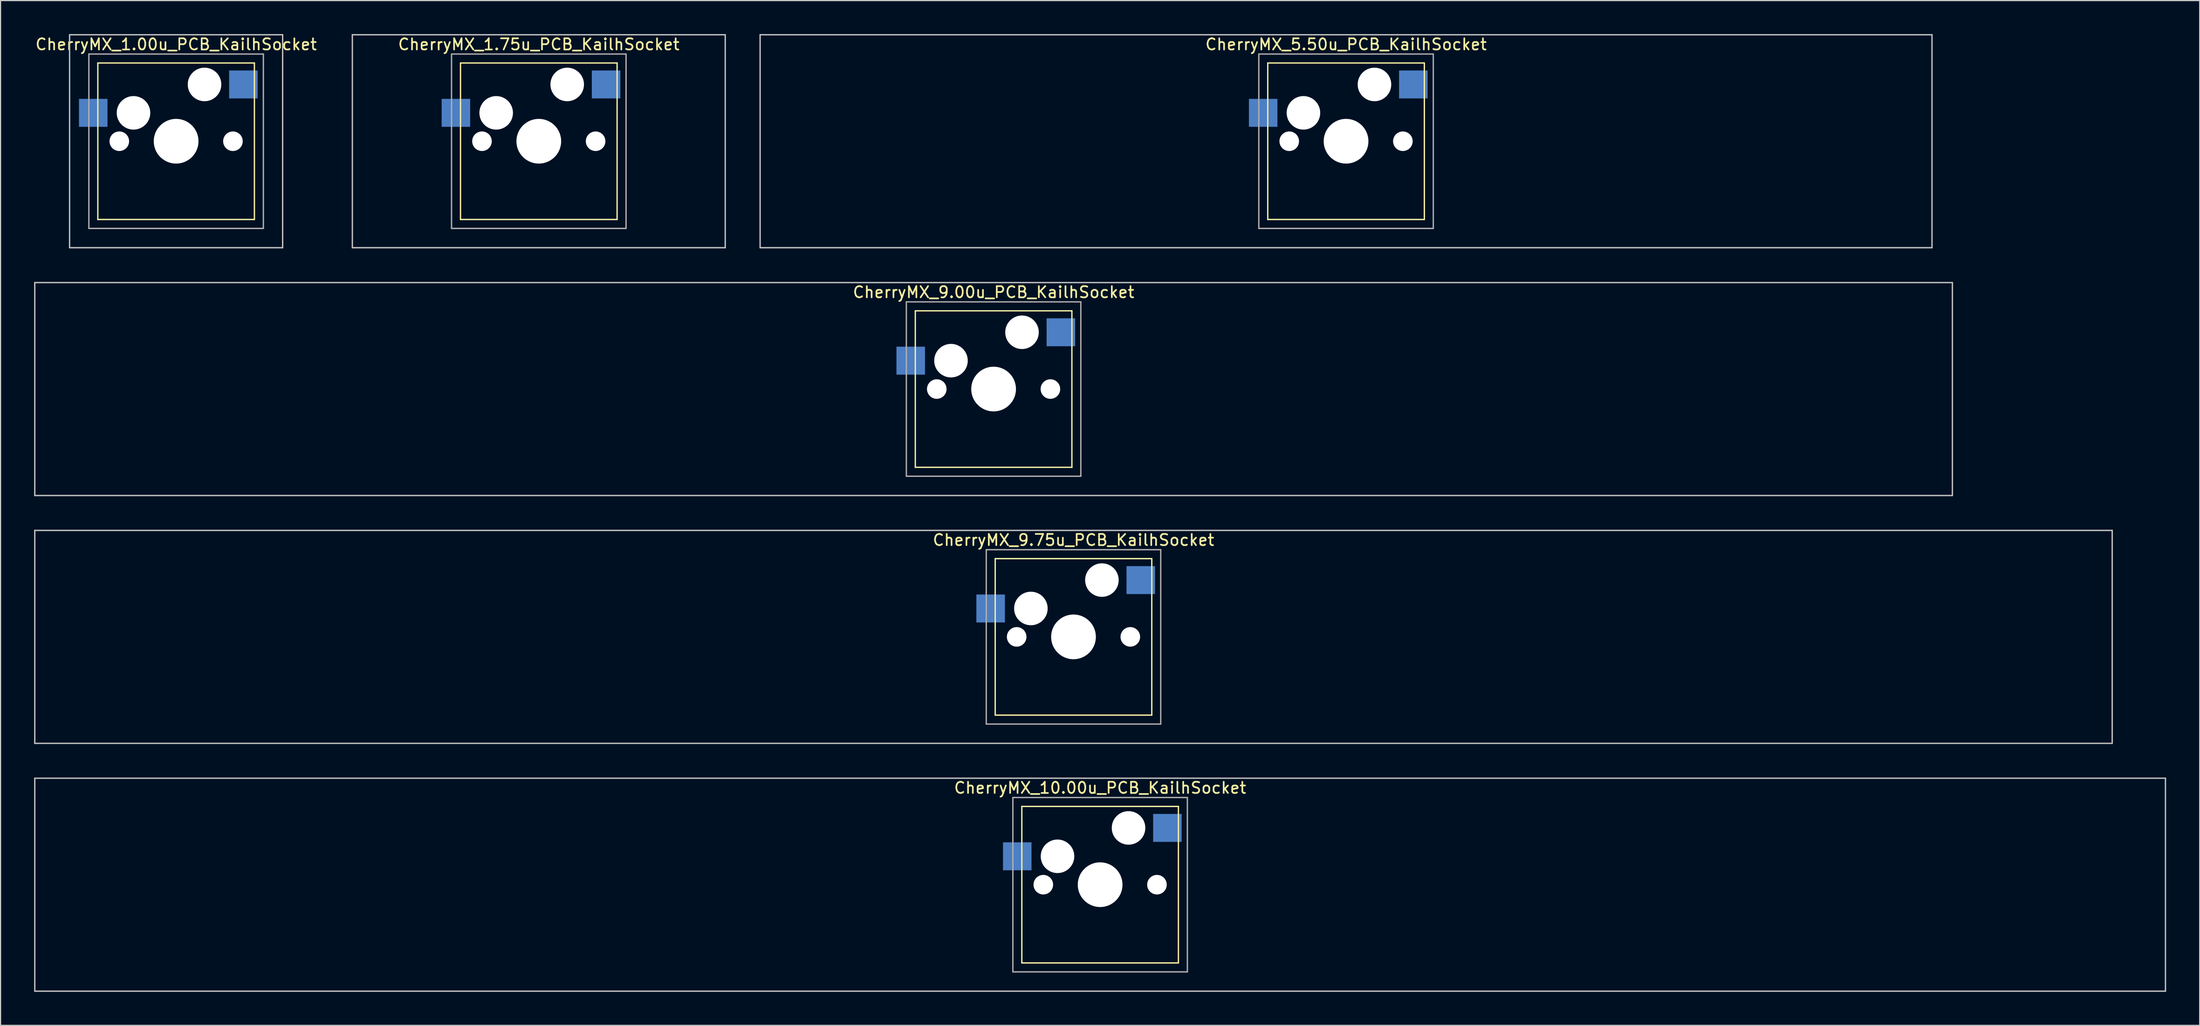
<source format=kicad_pcb>
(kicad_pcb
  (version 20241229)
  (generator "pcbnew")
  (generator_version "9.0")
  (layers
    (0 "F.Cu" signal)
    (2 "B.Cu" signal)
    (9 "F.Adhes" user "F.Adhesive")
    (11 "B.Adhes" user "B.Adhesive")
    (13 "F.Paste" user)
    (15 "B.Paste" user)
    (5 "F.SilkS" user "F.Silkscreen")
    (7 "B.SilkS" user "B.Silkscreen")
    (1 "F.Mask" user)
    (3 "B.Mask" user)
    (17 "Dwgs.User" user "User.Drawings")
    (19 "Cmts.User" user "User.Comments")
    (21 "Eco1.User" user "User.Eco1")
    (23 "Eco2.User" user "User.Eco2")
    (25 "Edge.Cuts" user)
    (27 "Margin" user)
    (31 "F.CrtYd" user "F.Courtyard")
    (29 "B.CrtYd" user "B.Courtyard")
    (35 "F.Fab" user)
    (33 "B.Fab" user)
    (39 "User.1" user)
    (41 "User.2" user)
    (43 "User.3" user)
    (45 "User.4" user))
  (footprint "CherryMX_10.00u_PCB_KailhSocket"
    (layer "F.Cu")
    (at 95.31 76.095)
    (property "Reference" "CherryMX_10.00u_PCB_KailhSocket" (at 0 -8.662 0) (layer "F.SilkS") (effects (font (size 1 1) (thickness 0.15))))
    (attr through_hole)
    (fp_line (start -7 -7) (end -7 7) (stroke (width 0.12) (type solid)) (layer "F.SilkS"))
    (fp_line (start -7 -7) (end 7 -7) (stroke (width 0.12) (type solid)) (layer "F.SilkS"))
    (fp_line (start 7 -7) (end 7 7) (stroke (width 0.12) (type solid)) (layer "F.SilkS"))
    (fp_line (start 7 7) (end -7 7) (stroke (width 0.12) (type solid)) (layer "F.SilkS"))
    (fp_line (start -95.25 -9.525) (end 95.25 -9.525) (stroke (width 0.12) (type solid)) (layer "Dwgs.User"))
    (fp_line (start -95.25 9.525) (end -95.25 -9.525) (stroke (width 0.12) (type solid)) (layer "Dwgs.User"))
    (fp_line (start 95.25 -9.525) (end 95.25 9.525) (stroke (width 0.12) (type solid)) (layer "Dwgs.User"))
    (fp_line (start 95.25 9.525) (end -95.25 9.525) (stroke (width 0.12) (type solid)) (layer "Dwgs.User"))
    (fp_line (start -7.8 -7.8) (end -7.8 7.8) (stroke (width 0.12) (type solid)) (layer "F.Fab"))
    (fp_line (start -7.8 -7.8) (end 7.8 -7.8) (stroke (width 0.12) (type solid)) (layer "F.Fab"))
    (fp_line (start -7.8 7.8) (end 7.8 7.8) (stroke (width 0.12) (type solid)) (layer "F.Fab"))
    (fp_line (start 7.8 -7.8) (end 7.8 7.8) (stroke (width 0.12) (type solid)) (layer "F.Fab"))
    (pad "" np_thru_hole circle (at -5.08 0) (size 1.75 1.75) (drill 1.75) (layers "*.Cu" "*.Mask"))
    (pad "" np_thru_hole circle (at -3.81 -2.54) (size 3 3) (drill 3) (layers "*.Cu" "*.Mask"))
    (pad "" np_thru_hole circle (at 0 0) (size 4 4) (drill 4) (layers "*.Cu" "*.Mask"))
    (pad "" np_thru_hole circle (at 2.54 -5.08) (size 3 3) (drill 3) (layers "*.Cu" "*.Mask"))
    (pad "" np_thru_hole circle (at 5.08 0) (size 1.75 1.75) (drill 1.75) (layers "*.Cu" "*.Mask"))
    (pad "1" smd rect (at -7.41 -2.54) (size 2.55 2.5) (layers "B.Cu" "B.Mask" "B.Paste"))
    (pad "2" smd rect (at 6.015 -5.08) (size 2.55 2.5) (layers "B.Cu" "B.Mask" "B.Paste")))
  (footprint "CherryMX_5.50u_PCB_KailhSocket"
    (layer "F.Cu")
    (at 117.298 9.585)
    (property "Reference" "CherryMX_5.50u_PCB_KailhSocket" (at 0 -8.662 0) (layer "F.SilkS") (effects (font (size 1 1) (thickness 0.15))))
    (attr through_hole)
    (fp_line (start -7 -7) (end -7 7) (stroke (width 0.12) (type solid)) (layer "F.SilkS"))
    (fp_line (start -7 -7) (end 7 -7) (stroke (width 0.12) (type solid)) (layer "F.SilkS"))
    (fp_line (start 7 -7) (end 7 7) (stroke (width 0.12) (type solid)) (layer "F.SilkS"))
    (fp_line (start 7 7) (end -7 7) (stroke (width 0.12) (type solid)) (layer "F.SilkS"))
    (fp_line (start -52.388 -9.525) (end 52.388 -9.525) (stroke (width 0.12) (type solid)) (layer "Dwgs.User"))
    (fp_line (start -52.388 9.525) (end -52.388 -9.525) (stroke (width 0.12) (type solid)) (layer "Dwgs.User"))
    (fp_line (start 52.388 -9.525) (end 52.388 9.525) (stroke (width 0.12) (type solid)) (layer "Dwgs.User"))
    (fp_line (start 52.388 9.525) (end -52.388 9.525) (stroke (width 0.12) (type solid)) (layer "Dwgs.User"))
    (fp_line (start -7.8 -7.8) (end -7.8 7.8) (stroke (width 0.12) (type solid)) (layer "F.Fab"))
    (fp_line (start -7.8 -7.8) (end 7.8 -7.8) (stroke (width 0.12) (type solid)) (layer "F.Fab"))
    (fp_line (start -7.8 7.8) (end 7.8 7.8) (stroke (width 0.12) (type solid)) (layer "F.Fab"))
    (fp_line (start 7.8 -7.8) (end 7.8 7.8) (stroke (width 0.12) (type solid)) (layer "F.Fab"))
    (pad "" np_thru_hole circle (at -5.08 0) (size 1.75 1.75) (drill 1.75) (layers "*.Cu" "*.Mask"))
    (pad "" np_thru_hole circle (at -3.81 -2.54) (size 3 3) (drill 3) (layers "*.Cu" "*.Mask"))
    (pad "" np_thru_hole circle (at 0 0) (size 4 4) (drill 4) (layers "*.Cu" "*.Mask"))
    (pad "" np_thru_hole circle (at 2.54 -5.08) (size 3 3) (drill 3) (layers "*.Cu" "*.Mask"))
    (pad "" np_thru_hole circle (at 5.08 0) (size 1.75 1.75) (drill 1.75) (layers "*.Cu" "*.Mask"))
    (pad "1" smd rect (at -7.41 -2.54) (size 2.55 2.5) (layers "B.Cu" "B.Mask" "B.Paste"))
    (pad "2" smd rect (at 6.015 -5.08) (size 2.55 2.5) (layers "B.Cu" "B.Mask" "B.Paste")))
  (footprint "CherryMX_9.75u_PCB_KailhSocket"
    (layer "F.Cu")
    (at 92.929 53.925)
    (property "Reference" "CherryMX_9.75u_PCB_KailhSocket" (at 0 -8.662 0) (layer "F.SilkS") (effects (font (size 1 1) (thickness 0.15))))
    (attr through_hole)
    (fp_line (start -7 -7) (end -7 7) (stroke (width 0.12) (type solid)) (layer "F.SilkS"))
    (fp_line (start -7 -7) (end 7 -7) (stroke (width 0.12) (type solid)) (layer "F.SilkS"))
    (fp_line (start 7 -7) (end 7 7) (stroke (width 0.12) (type solid)) (layer "F.SilkS"))
    (fp_line (start 7 7) (end -7 7) (stroke (width 0.12) (type solid)) (layer "F.SilkS"))
    (fp_line (start -92.869 -9.525) (end 92.869 -9.525) (stroke (width 0.12) (type solid)) (layer "Dwgs.User"))
    (fp_line (start -92.869 9.525) (end -92.869 -9.525) (stroke (width 0.12) (type solid)) (layer "Dwgs.User"))
    (fp_line (start 92.869 -9.525) (end 92.869 9.525) (stroke (width 0.12) (type solid)) (layer "Dwgs.User"))
    (fp_line (start 92.869 9.525) (end -92.869 9.525) (stroke (width 0.12) (type solid)) (layer "Dwgs.User"))
    (fp_line (start -7.8 -7.8) (end -7.8 7.8) (stroke (width 0.12) (type solid)) (layer "F.Fab"))
    (fp_line (start -7.8 -7.8) (end 7.8 -7.8) (stroke (width 0.12) (type solid)) (layer "F.Fab"))
    (fp_line (start -7.8 7.8) (end 7.8 7.8) (stroke (width 0.12) (type solid)) (layer "F.Fab"))
    (fp_line (start 7.8 -7.8) (end 7.8 7.8) (stroke (width 0.12) (type solid)) (layer "F.Fab"))
    (pad "" np_thru_hole circle (at -5.08 0) (size 1.75 1.75) (drill 1.75) (layers "*.Cu" "*.Mask"))
    (pad "" np_thru_hole circle (at -3.81 -2.54) (size 3 3) (drill 3) (layers "*.Cu" "*.Mask"))
    (pad "" np_thru_hole circle (at 0 0) (size 4 4) (drill 4) (layers "*.Cu" "*.Mask"))
    (pad "" np_thru_hole circle (at 2.54 -5.08) (size 3 3) (drill 3) (layers "*.Cu" "*.Mask"))
    (pad "" np_thru_hole circle (at 5.08 0) (size 1.75 1.75) (drill 1.75) (layers "*.Cu" "*.Mask"))
    (pad "1" smd rect (at -7.41 -2.54) (size 2.55 2.5) (layers "B.Cu" "B.Mask" "B.Paste"))
    (pad "2" smd rect (at 6.015 -5.08) (size 2.55 2.5) (layers "B.Cu" "B.Mask" "B.Paste")))
  (footprint "CherryMX_1.00u_PCB_KailhSocket"
    (layer "F.Cu")
    (at 12.696 9.585)
    (property "Reference" "CherryMX_1.00u_PCB_KailhSocket" (at 0 -8.662 0) (layer "F.SilkS") (effects (font (size 1 1) (thickness 0.15))))
    (attr through_hole)
    (fp_line (start -7 -7) (end -7 7) (stroke (width 0.12) (type solid)) (layer "F.SilkS"))
    (fp_line (start -7 -7) (end 7 -7) (stroke (width 0.12) (type solid)) (layer "F.SilkS"))
    (fp_line (start 7 -7) (end 7 7) (stroke (width 0.12) (type solid)) (layer "F.SilkS"))
    (fp_line (start 7 7) (end -7 7) (stroke (width 0.12) (type solid)) (layer "F.SilkS"))
    (fp_line (start -9.525 -9.525) (end 9.525 -9.525) (stroke (width 0.12) (type solid)) (layer "Dwgs.User"))
    (fp_line (start -9.525 9.525) (end -9.525 -9.525) (stroke (width 0.12) (type solid)) (layer "Dwgs.User"))
    (fp_line (start 9.525 -9.525) (end 9.525 9.525) (stroke (width 0.12) (type solid)) (layer "Dwgs.User"))
    (fp_line (start 9.525 9.525) (end -9.525 9.525) (stroke (width 0.12) (type solid)) (layer "Dwgs.User"))
    (fp_line (start -7.8 -7.8) (end -7.8 7.8) (stroke (width 0.12) (type solid)) (layer "F.Fab"))
    (fp_line (start -7.8 -7.8) (end 7.8 -7.8) (stroke (width 0.12) (type solid)) (layer "F.Fab"))
    (fp_line (start -7.8 7.8) (end 7.8 7.8) (stroke (width 0.12) (type solid)) (layer "F.Fab"))
    (fp_line (start 7.8 -7.8) (end 7.8 7.8) (stroke (width 0.12) (type solid)) (layer "F.Fab"))
    (pad "" np_thru_hole circle (at -5.08 0) (size 1.75 1.75) (drill 1.75) (layers "*.Cu" "*.Mask"))
    (pad "" np_thru_hole circle (at -3.81 -2.54) (size 3 3) (drill 3) (layers "*.Cu" "*.Mask"))
    (pad "" np_thru_hole circle (at 0 0) (size 4 4) (drill 4) (layers "*.Cu" "*.Mask"))
    (pad "" np_thru_hole circle (at 2.54 -5.08) (size 3 3) (drill 3) (layers "*.Cu" "*.Mask"))
    (pad "" np_thru_hole circle (at 5.08 0) (size 1.75 1.75) (drill 1.75) (layers "*.Cu" "*.Mask"))
    (pad "1" smd rect (at -7.41 -2.54) (size 2.55 2.5) (layers "B.Cu" "B.Mask" "B.Paste"))
    (pad "2" smd rect (at 6.015 -5.08) (size 2.55 2.5) (layers "B.Cu" "B.Mask" "B.Paste")))
  (footprint "CherryMX_1.75u_PCB_KailhSocket"
    (layer "F.Cu")
    (at 45.122 9.585)
    (property "Reference" "CherryMX_1.75u_PCB_KailhSocket" (at 0 -8.662 0) (layer "F.SilkS") (effects (font (size 1 1) (thickness 0.15))))
    (attr through_hole)
    (fp_line (start -7 -7) (end -7 7) (stroke (width 0.12) (type solid)) (layer "F.SilkS"))
    (fp_line (start -7 -7) (end 7 -7) (stroke (width 0.12) (type solid)) (layer "F.SilkS"))
    (fp_line (start 7 -7) (end 7 7) (stroke (width 0.12) (type solid)) (layer "F.SilkS"))
    (fp_line (start 7 7) (end -7 7) (stroke (width 0.12) (type solid)) (layer "F.SilkS"))
    (fp_line (start -16.669 -9.525) (end 16.669 -9.525) (stroke (width 0.12) (type solid)) (layer "Dwgs.User"))
    (fp_line (start -16.669 9.525) (end -16.669 -9.525) (stroke (width 0.12) (type solid)) (layer "Dwgs.User"))
    (fp_line (start 16.669 -9.525) (end 16.669 9.525) (stroke (width 0.12) (type solid)) (layer "Dwgs.User"))
    (fp_line (start 16.669 9.525) (end -16.669 9.525) (stroke (width 0.12) (type solid)) (layer "Dwgs.User"))
    (fp_line (start -7.8 -7.8) (end -7.8 7.8) (stroke (width 0.12) (type solid)) (layer "F.Fab"))
    (fp_line (start -7.8 -7.8) (end 7.8 -7.8) (stroke (width 0.12) (type solid)) (layer "F.Fab"))
    (fp_line (start -7.8 7.8) (end 7.8 7.8) (stroke (width 0.12) (type solid)) (layer "F.Fab"))
    (fp_line (start 7.8 -7.8) (end 7.8 7.8) (stroke (width 0.12) (type solid)) (layer "F.Fab"))
    (pad "" np_thru_hole circle (at -5.08 0) (size 1.75 1.75) (drill 1.75) (layers "*.Cu" "*.Mask"))
    (pad "" np_thru_hole circle (at -3.81 -2.54) (size 3 3) (drill 3) (layers "*.Cu" "*.Mask"))
    (pad "" np_thru_hole circle (at 0 0) (size 4 4) (drill 4) (layers "*.Cu" "*.Mask"))
    (pad "" np_thru_hole circle (at 2.54 -5.08) (size 3 3) (drill 3) (layers "*.Cu" "*.Mask"))
    (pad "" np_thru_hole circle (at 5.08 0) (size 1.75 1.75) (drill 1.75) (layers "*.Cu" "*.Mask"))
    (pad "1" smd rect (at -7.41 -2.54) (size 2.55 2.5) (layers "B.Cu" "B.Mask" "B.Paste"))
    (pad "2" smd rect (at 6.015 -5.08) (size 2.55 2.5) (layers "B.Cu" "B.Mask" "B.Paste")))
  (footprint "CherryMX_9.00u_PCB_KailhSocket"
    (layer "F.Cu")
    (at 85.785 31.755)
    (property "Reference" "CherryMX_9.00u_PCB_KailhSocket" (at 0 -8.662 0) (layer "F.SilkS") (effects (font (size 1 1) (thickness 0.15))))
    (attr through_hole)
    (fp_line (start -7 -7) (end -7 7) (stroke (width 0.12) (type solid)) (layer "F.SilkS"))
    (fp_line (start -7 -7) (end 7 -7) (stroke (width 0.12) (type solid)) (layer "F.SilkS"))
    (fp_line (start 7 -7) (end 7 7) (stroke (width 0.12) (type solid)) (layer "F.SilkS"))
    (fp_line (start 7 7) (end -7 7) (stroke (width 0.12) (type solid)) (layer "F.SilkS"))
    (fp_line (start -85.725 -9.525) (end 85.725 -9.525) (stroke (width 0.12) (type solid)) (layer "Dwgs.User"))
    (fp_line (start -85.725 9.525) (end -85.725 -9.525) (stroke (width 0.12) (type solid)) (layer "Dwgs.User"))
    (fp_line (start 85.725 -9.525) (end 85.725 9.525) (stroke (width 0.12) (type solid)) (layer "Dwgs.User"))
    (fp_line (start 85.725 9.525) (end -85.725 9.525) (stroke (width 0.12) (type solid)) (layer "Dwgs.User"))
    (fp_line (start -7.8 -7.8) (end -7.8 7.8) (stroke (width 0.12) (type solid)) (layer "F.Fab"))
    (fp_line (start -7.8 -7.8) (end 7.8 -7.8) (stroke (width 0.12) (type solid)) (layer "F.Fab"))
    (fp_line (start -7.8 7.8) (end 7.8 7.8) (stroke (width 0.12) (type solid)) (layer "F.Fab"))
    (fp_line (start 7.8 -7.8) (end 7.8 7.8) (stroke (width 0.12) (type solid)) (layer "F.Fab"))
    (pad "" np_thru_hole circle (at -5.08 0) (size 1.75 1.75) (drill 1.75) (layers "*.Cu" "*.Mask"))
    (pad "" np_thru_hole circle (at -3.81 -2.54) (size 3 3) (drill 3) (layers "*.Cu" "*.Mask"))
    (pad "" np_thru_hole circle (at 0 0) (size 4 4) (drill 4) (layers "*.Cu" "*.Mask"))
    (pad "" np_thru_hole circle (at 2.54 -5.08) (size 3 3) (drill 3) (layers "*.Cu" "*.Mask"))
    (pad "" np_thru_hole circle (at 5.08 0) (size 1.75 1.75) (drill 1.75) (layers "*.Cu" "*.Mask"))
    (pad "1" smd rect (at -7.41 -2.54) (size 2.55 2.5) (layers "B.Cu" "B.Mask" "B.Paste"))
    (pad "2" smd rect (at 6.015 -5.08) (size 2.55 2.5) (layers "B.Cu" "B.Mask" "B.Paste")))
  (gr_rect
    (start -3 -3)
    (end 193.62 88.68)
    (stroke (width 0.1) (type default))
    (fill no)
    (layer "Edge.Cuts")))
</source>
